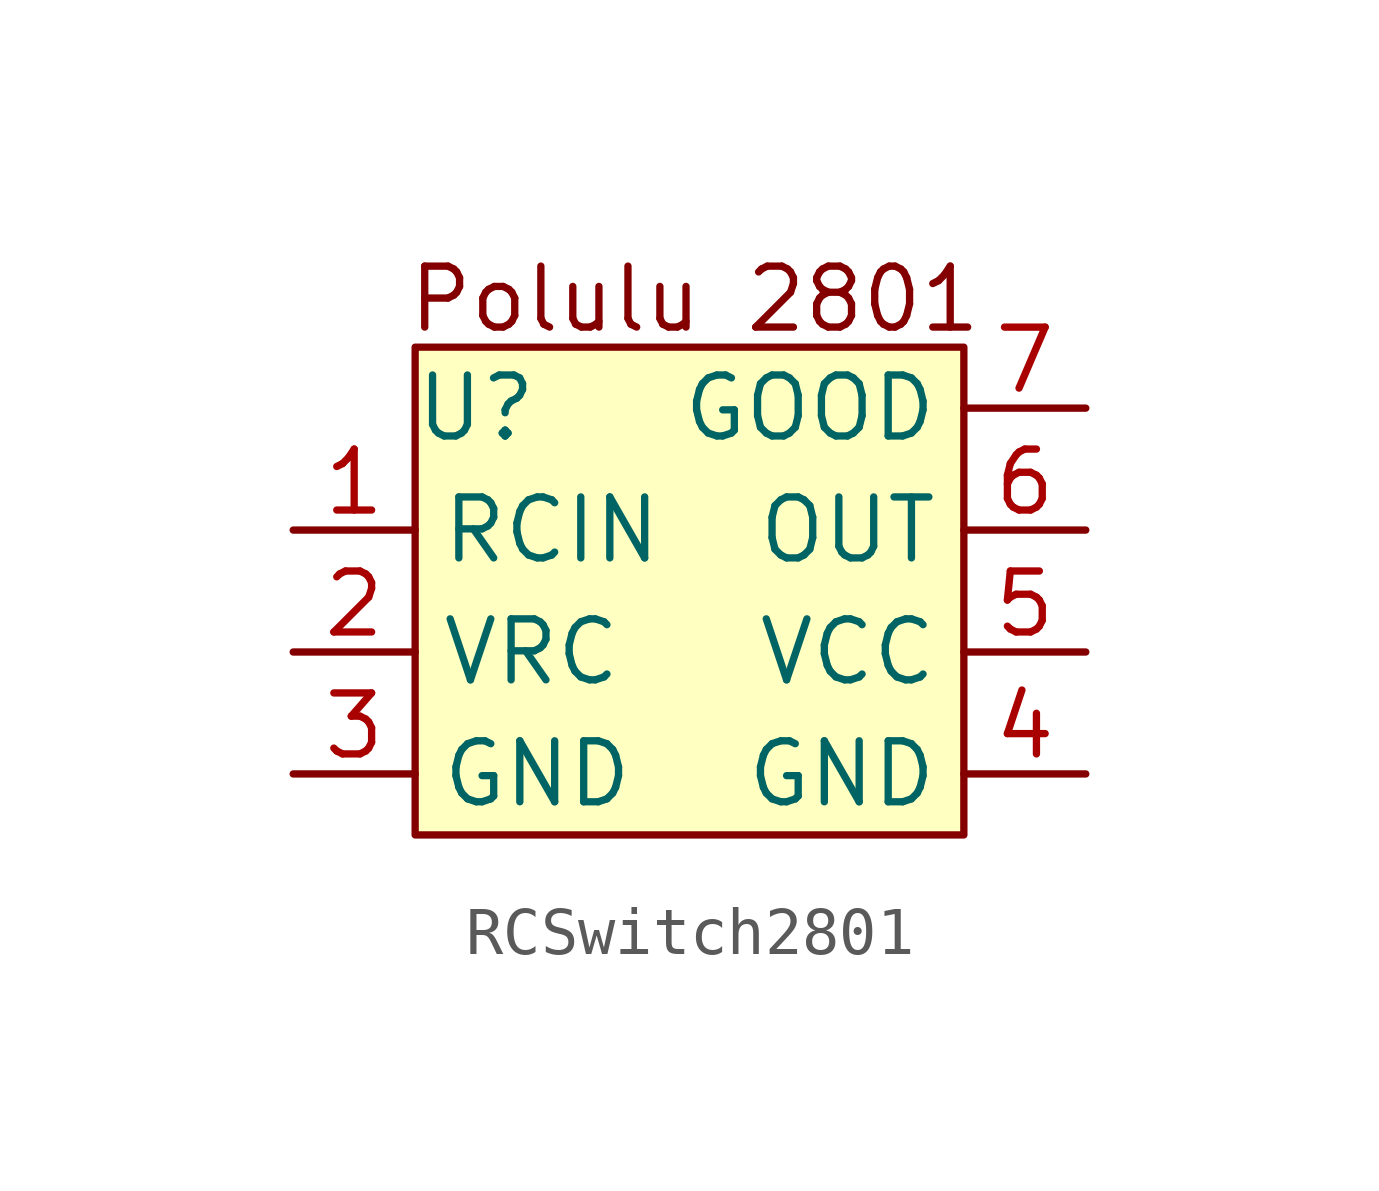
<source format=kicad_sym>
(kicad_symbol_lib
  (version 20220914)
  (generator kicad_symbol_editor)
  (symbol "RCSwitch2801"
    (property "Reference" "U"
      (at -3.81 3.81 0)
      (effects (font (size 1.27 1.27))))
    (property "Value" ""
      (at 0 0 0)
      (effects (font (size 1.27 1.27))))
    (symbol "RCSwitch2801_1_1"
      (rectangle (start -5.08 5.08) (end 6.35 -5.08) (stroke (width 0) (type default)) (fill (type background)))
      (text "Polulu 2801\n" (at 0.744 6.078 0) (effects (font (size 1.27 1.27))))
      (pin input line (at -7.62 1.27 0) (length 2.54) (name "RCIN" (effects (font (size 1.27 1.27)))) (number "1" (effects (font (size 1.27 1.27)))))
      (pin power_in line (at -7.62 -1.27 0) (length 2.54) (name "VRC" (effects (font (size 1.27 1.27)))) (number "2" (effects (font (size 1.27 1.27)))))
      (pin passive line (at -7.62 -3.81 0) (length 2.54) (name "GND" (effects (font (size 1.27 1.27)))) (number "3" (effects (font (size 1.27 1.27)))))
      (pin passive line (at 8.89 -3.81 180) (length 2.54) (name "GND" (effects (font (size 1.27 1.27)))) (number "4" (effects (font (size 1.27 1.27)))))
      (pin power_out line (at 8.89 -1.27 180) (length 2.54) (name "VCC" (effects (font (size 1.27 1.27)))) (number "5" (effects (font (size 1.27 1.27)))))
      (pin output line (at 8.89 1.27 180) (length 2.54) (name "OUT" (effects (font (size 1.27 1.27)))) (number "6" (effects (font (size 1.27 1.27)))))
      (pin output line (at 8.89 3.81 180) (length 2.54) (name "GOOD" (effects (font (size 1.27 1.27)))) (number "7" (effects (font (size 1.27 1.27))))))))
</source>
